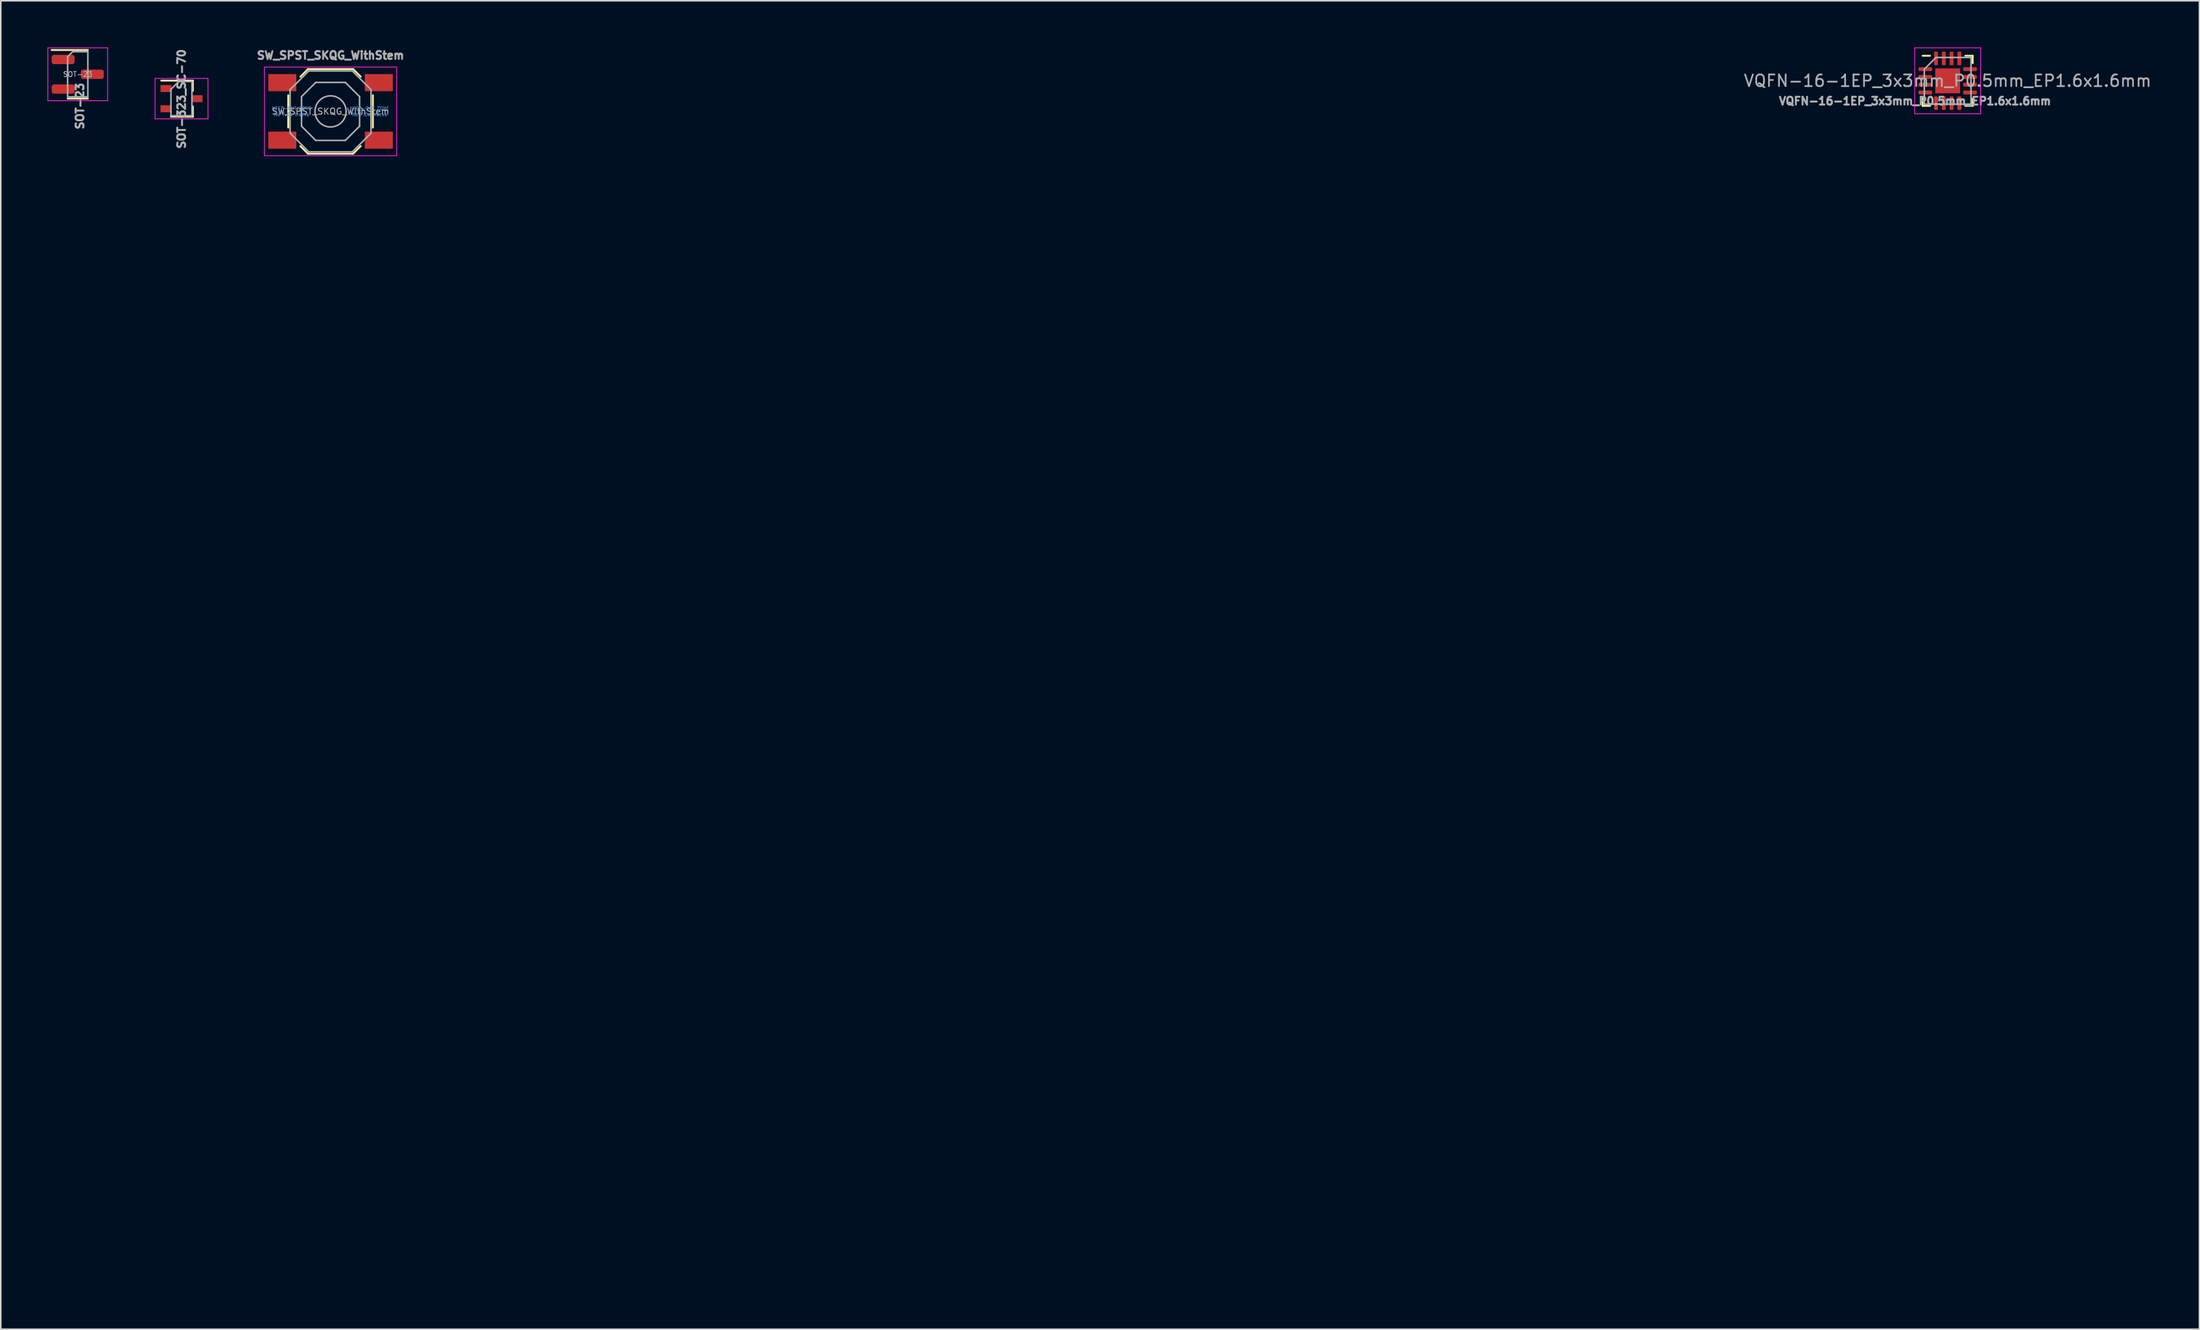
<source format=kicad_pcb>
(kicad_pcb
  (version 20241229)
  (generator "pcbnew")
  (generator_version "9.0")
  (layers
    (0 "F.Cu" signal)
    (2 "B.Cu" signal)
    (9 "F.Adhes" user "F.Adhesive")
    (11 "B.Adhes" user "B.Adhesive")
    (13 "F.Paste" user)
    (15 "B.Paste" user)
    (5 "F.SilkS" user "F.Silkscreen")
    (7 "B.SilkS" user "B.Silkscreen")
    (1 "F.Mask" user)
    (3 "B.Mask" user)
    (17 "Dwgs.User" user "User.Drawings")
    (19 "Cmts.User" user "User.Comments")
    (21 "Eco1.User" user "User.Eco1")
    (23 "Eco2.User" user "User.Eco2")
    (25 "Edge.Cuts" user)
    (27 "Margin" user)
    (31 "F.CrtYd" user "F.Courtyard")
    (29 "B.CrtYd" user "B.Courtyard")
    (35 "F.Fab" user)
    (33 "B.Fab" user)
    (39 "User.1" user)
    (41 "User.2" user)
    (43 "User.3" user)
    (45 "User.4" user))
  (footprint "VQFN-16-1EP_3x3mm_P0.5mm_EP1.6x1.6mm"
    (layer "F.Cu")
    (at 122.111 2.145)
    (property "Reference" "VQFN-16-1EP_3x3mm_P0.5mm_EP1.6x1.6mm" (at -2.1 1.3 0) (layer "F.Fab") (effects (font (size 0.5 0.5) (thickness 0.15))))
    (attr smd)
    (fp_line (start -1.61 1.61) (end -1.61 1.135) (stroke (width 0.12) (type solid)) (layer "F.SilkS"))
    (fp_line (start -1.135 -1.61) (end -1.61 -1.61) (stroke (width 0.12) (type solid)) (layer "F.SilkS"))
    (fp_line (start -1.135 1.61) (end -1.61 1.61) (stroke (width 0.12) (type solid)) (layer "F.SilkS"))
    (fp_line (start 1.135 -1.61) (end 1.61 -1.61) (stroke (width 0.12) (type solid)) (layer "F.SilkS"))
    (fp_line (start 1.135 1.61) (end 1.61 1.61) (stroke (width 0.12) (type solid)) (layer "F.SilkS"))
    (fp_line (start 1.61 -1.61) (end 1.61 -1.135) (stroke (width 0.12) (type solid)) (layer "F.SilkS"))
    (fp_line (start 1.61 1.61) (end 1.61 1.135) (stroke (width 0.12) (type solid)) (layer "F.SilkS"))
    (fp_line (start -2.12 -2.12) (end -2.12 2.12) (stroke (width 0.05) (type solid)) (layer "F.CrtYd"))
    (fp_line (start -2.12 2.12) (end 2.12 2.12) (stroke (width 0.05) (type solid)) (layer "F.CrtYd"))
    (fp_line (start 2.12 -2.12) (end -2.12 -2.12) (stroke (width 0.05) (type solid)) (layer "F.CrtYd"))
    (fp_line (start 2.12 2.12) (end 2.12 -2.12) (stroke (width 0.05) (type solid)) (layer "F.CrtYd"))
    (fp_line (start -1.5 -0.75) (end -0.75 -1.5) (stroke (width 0.1) (type solid)) (layer "F.Fab"))
    (fp_line (start -1.5 1.5) (end -1.5 -0.75) (stroke (width 0.1) (type solid)) (layer "F.Fab"))
    (fp_line (start -0.75 -1.5) (end 1.5 -1.5) (stroke (width 0.1) (type solid)) (layer "F.Fab"))
    (fp_line (start 1.5 -1.5) (end 1.5 1.5) (stroke (width 0.1) (type solid)) (layer "F.Fab"))
    (fp_line (start 1.5 1.5) (end -1.5 1.5) (stroke (width 0.1) (type solid)) (layer "F.Fab"))
    (fp_text user "${REFERENCE}" (at 0 0 0) (layer "F.Fab") (effects (font (size 0.75 0.75) (thickness 0.11))))
    (pad "" smd roundrect (at -0.4 -0.4) (size 0.64 0.64) (layers "F.Paste") (roundrect_rratio 0.25))
    (pad "" smd roundrect (at -0.4 0.4) (size 0.64 0.64) (layers "F.Paste") (roundrect_rratio 0.25))
    (pad "" smd roundrect (at 0.4 -0.4) (size 0.64 0.64) (layers "F.Paste") (roundrect_rratio 0.25))
    (pad "" smd roundrect (at 0.4 0.4) (size 0.64 0.64) (layers "F.Paste") (roundrect_rratio 0.25))
    (pad "1" smd roundrect (at -1.438 -0.75) (size 0.875 0.25) (layers "F.Cu" "F.Mask" "F.Paste") (roundrect_rratio 0.25))
    (pad "2" smd roundrect (at -1.438 -0.25) (size 0.875 0.25) (layers "F.Cu" "F.Mask" "F.Paste") (roundrect_rratio 0.25))
    (pad "3" smd roundrect (at -1.438 0.25) (size 0.875 0.25) (layers "F.Cu" "F.Mask" "F.Paste") (roundrect_rratio 0.25))
    (pad "4" smd roundrect (at -1.438 0.75) (size 0.875 0.25) (layers "F.Cu" "F.Mask" "F.Paste") (roundrect_rratio 0.25))
    (pad "5" smd roundrect (at -0.75 1.438) (size 0.25 0.875) (layers "F.Cu" "F.Mask" "F.Paste") (roundrect_rratio 0.25))
    (pad "6" smd roundrect (at -0.25 1.438) (size 0.25 0.875) (layers "F.Cu" "F.Mask" "F.Paste") (roundrect_rratio 0.25))
    (pad "7" smd roundrect (at 0.25 1.438) (size 0.25 0.875) (layers "F.Cu" "F.Mask" "F.Paste") (roundrect_rratio 0.25))
    (pad "8" smd roundrect (at 0.75 1.438) (size 0.25 0.875) (layers "F.Cu" "F.Mask" "F.Paste") (roundrect_rratio 0.25))
    (pad "9" smd roundrect (at 1.438 0.75) (size 0.875 0.25) (layers "F.Cu" "F.Mask" "F.Paste") (roundrect_rratio 0.25))
    (pad "10" smd roundrect (at 1.438 0.25) (size 0.875 0.25) (layers "F.Cu" "F.Mask" "F.Paste") (roundrect_rratio 0.25))
    (pad "11" smd roundrect (at 1.438 -0.25) (size 0.875 0.25) (layers "F.Cu" "F.Mask" "F.Paste") (roundrect_rratio 0.25))
    (pad "12" smd roundrect (at 1.438 -0.75) (size 0.875 0.25) (layers "F.Cu" "F.Mask" "F.Paste") (roundrect_rratio 0.25))
    (pad "13" smd roundrect (at 0.75 -1.438) (size 0.25 0.875) (layers "F.Cu" "F.Mask" "F.Paste") (roundrect_rratio 0.25))
    (pad "14" smd roundrect (at 0.25 -1.438) (size 0.25 0.875) (layers "F.Cu" "F.Mask" "F.Paste") (roundrect_rratio 0.25))
    (pad "15" smd roundrect (at -0.25 -1.438) (size 0.25 0.875) (layers "F.Cu" "F.Mask" "F.Paste") (roundrect_rratio 0.25))
    (pad "16" smd roundrect (at -0.75 -1.438) (size 0.25 0.875) (layers "F.Cu" "F.Mask" "F.Paste") (roundrect_rratio 0.25))
    (pad "17" smd rect (at 0 0) (size 1.6 1.6) (layers "F.Cu" "F.Mask")))
  (footprint "SOT-323_SC-70"
    (layer "F.Cu")
    (at 8.615 3.292)
    (property "Reference" "SOT-323_SC-70" (at -0.001 0.024 270) (layer "F.Fab") (effects (font (size 0.5 0.5) (thickness 0.15))))
    (attr smd)
    (fp_line (start -0.68 1.16) (end 0.73 1.16) (stroke (width 0.12) (type solid)) (layer "F.SilkS"))
    (fp_line (start 0.73 -1.16) (end -1.3 -1.16) (stroke (width 0.12) (type solid)) (layer "F.SilkS"))
    (fp_line (start 0.73 -1.16) (end 0.73 -0.5) (stroke (width 0.12) (type solid)) (layer "F.SilkS"))
    (fp_line (start 0.73 0.5) (end 0.73 1.16) (stroke (width 0.12) (type solid)) (layer "F.SilkS"))
    (fp_line (start -1.7 -1.3) (end 1.7 -1.3) (stroke (width 0.05) (type solid)) (layer "F.CrtYd"))
    (fp_line (start -1.7 1.3) (end -1.7 -1.3) (stroke (width 0.05) (type solid)) (layer "F.CrtYd"))
    (fp_line (start 1.7 -1.3) (end 1.7 1.3) (stroke (width 0.05) (type solid)) (layer "F.CrtYd"))
    (fp_line (start 1.7 1.3) (end -1.7 1.3) (stroke (width 0.05) (type solid)) (layer "F.CrtYd"))
    (fp_line (start -0.68 -0.6) (end -0.68 1.1) (stroke (width 0.1) (type solid)) (layer "F.Fab"))
    (fp_line (start -0.18 -1.1) (end -0.68 -0.6) (stroke (width 0.1) (type solid)) (layer "F.Fab"))
    (fp_line (start 0.67 -1.1) (end -0.18 -1.1) (stroke (width 0.1) (type solid)) (layer "F.Fab"))
    (fp_line (start 0.67 -1.1) (end 0.67 1.1) (stroke (width 0.1) (type solid)) (layer "F.Fab"))
    (fp_line (start 0.67 1.1) (end -0.68 1.1) (stroke (width 0.1) (type solid)) (layer "F.Fab"))
    (fp_text user "${REFERENCE}" (at 0 0 90) (layer "F.Fab") (effects (font (size 0.5 0.5) (thickness 0.075))))
    (pad "1" smd rect (at -1 -0.65 270) (size 0.45 0.7) (layers "F.Cu" "F.Mask" "F.Paste"))
    (pad "2" smd rect (at -1 0.65 270) (size 0.45 0.7) (layers "F.Cu" "F.Mask" "F.Paste"))
    (pad "3" smd rect (at 1 0 270) (size 0.45 0.7) (layers "F.Cu" "F.Mask" "F.Paste")))
  (footprint "SW_SPST_SKQG_WithStem"
    (layer "F.Cu")
    (at 18.192 4.112)
    (property "Reference" "SW_SPST_SKQG_WithStem" (at 0 -3.6 0) (layer "F.Fab") (effects (font (size 0.5 0.5) (thickness 0.15))))
    (attr smd)
    (fp_line (start -2.72 1.04) (end -2.72 -1.04) (stroke (width 0.12) (type solid)) (layer "F.SilkS"))
    (fp_line (start -1.45 -2.72) (end -1.94 -2.23) (stroke (width 0.12) (type solid)) (layer "F.SilkS"))
    (fp_line (start -1.45 -2.72) (end 1.45 -2.72) (stroke (width 0.12) (type solid)) (layer "F.SilkS"))
    (fp_line (start -1.45 2.72) (end -1.94 2.23) (stroke (width 0.12) (type solid)) (layer "F.SilkS"))
    (fp_line (start -1.45 2.72) (end 1.45 2.72) (stroke (width 0.12) (type solid)) (layer "F.SilkS"))
    (fp_line (start 1.45 -2.72) (end 1.94 -2.23) (stroke (width 0.12) (type solid)) (layer "F.SilkS"))
    (fp_line (start 1.45 2.72) (end 1.94 2.23) (stroke (width 0.12) (type solid)) (layer "F.SilkS"))
    (fp_line (start 2.72 1.04) (end 2.72 -1.04) (stroke (width 0.12) (type solid)) (layer "F.SilkS"))
    (fp_line (start -4.25 -2.85) (end -4.25 2.85) (stroke (width 0.05) (type solid)) (layer "F.CrtYd"))
    (fp_line (start -4.25 2.85) (end 4.25 2.85) (stroke (width 0.05) (type solid)) (layer "F.CrtYd"))
    (fp_line (start 4.25 -2.85) (end -4.25 -2.85) (stroke (width 0.05) (type solid)) (layer "F.CrtYd"))
    (fp_line (start 4.25 2.85) (end 4.25 -2.85) (stroke (width 0.05) (type solid)) (layer "F.CrtYd"))
    (fp_line (start -2.6 -1.4) (end -1.4 -2.6) (stroke (width 0.1) (type solid)) (layer "F.Fab"))
    (fp_line (start -2.6 1.4) (end -2.6 -1.4) (stroke (width 0.1) (type solid)) (layer "F.Fab"))
    (fp_line (start -1.865 0.95) (end -1.865 -0.95) (stroke (width 0.1) (type solid)) (layer "F.Fab"))
    (fp_line (start -1.4 -2.6) (end 1.4 -2.6) (stroke (width 0.1) (type solid)) (layer "F.Fab"))
    (fp_line (start -1.4 2.6) (end -2.6 1.4) (stroke (width 0.1) (type solid)) (layer "F.Fab"))
    (fp_line (start -0.95 -1.865) (end -1.865 -0.95) (stroke (width 0.1) (type solid)) (layer "F.Fab"))
    (fp_line (start -0.95 -1.865) (end 0.95 -1.865) (stroke (width 0.1) (type solid)) (layer "F.Fab"))
    (fp_line (start -0.95 1.865) (end -1.865 0.95) (stroke (width 0.1) (type solid)) (layer "F.Fab"))
    (fp_line (start 0.95 -1.865) (end 1.865 -0.95) (stroke (width 0.1) (type solid)) (layer "F.Fab"))
    (fp_line (start 0.95 1.865) (end -0.95 1.865) (stroke (width 0.1) (type solid)) (layer "F.Fab"))
    (fp_line (start 0.95 1.865) (end 1.865 0.95) (stroke (width 0.1) (type solid)) (layer "F.Fab"))
    (fp_line (start 1.4 -2.6) (end 2.6 -1.4) (stroke (width 0.1) (type solid)) (layer "F.Fab"))
    (fp_line (start 1.4 2.6) (end -1.4 2.6) (stroke (width 0.1) (type solid)) (layer "F.Fab"))
    (fp_line (start 1.865 -0.95) (end 1.865 0.95) (stroke (width 0.1) (type solid)) (layer "F.Fab"))
    (fp_line (start 2.6 -1.4) (end 2.6 1.4) (stroke (width 0.1) (type solid)) (layer "F.Fab"))
    (fp_line (start 2.6 1.4) (end 1.4 2.6) (stroke (width 0.1) (type solid)) (layer "F.Fab"))
    (fp_circle (center 0 0) (end 1 0) (stroke (width 0.1) (type solid)) (fill no) (layer "F.Fab"))
    (fp_text user "No F.Cu tracks" (at 2.5 0.2 0) (layer "Cmts.User") (effects (font (size 0.2 0.2) (thickness 0.03))))
    (fp_text user "KEEP-OUT ZONE" (at -2.5 -0.2 0) (layer "Cmts.User") (effects (font (size 0.2 0.2) (thickness 0.03))))
    (fp_text user "KEEP-OUT ZONE" (at 2.5 -0.2 0) (layer "Cmts.User") (effects (font (size 0.2 0.2) (thickness 0.03))))
    (fp_text user "No F.Cu tracks" (at -2.5 0.2 0) (layer "Cmts.User") (effects (font (size 0.2 0.2) (thickness 0.03))))
    (fp_text user "${REFERENCE}" (at 0 0 0) (layer "F.Fab") (effects (font (size 0.4 0.4) (thickness 0.06))))
    (pad "1" smd rect (at -3.1 -1.85) (size 1.8 1.1) (layers "F.Cu" "F.Mask" "F.Paste"))
    (pad "1" smd rect (at 3.1 -1.85) (size 1.8 1.1) (layers "F.Cu" "F.Mask" "F.Paste"))
    (pad "2" smd rect (at -3.1 1.85) (size 1.8 1.1) (layers "F.Cu" "F.Mask" "F.Paste"))
    (pad "2" smd rect (at 3.1 1.85) (size 1.8 1.1) (layers "F.Cu" "F.Mask" "F.Paste"))
    (zone (net_name "") (layer "F.Cu") (hatch full 0.508) (connect_pads) (min_thickness 0.254) (filled_areas_thickness no) (keepout (tracks not_allowed) (vias not_allowed) (pads not_allowed) (copperpour not_allowed) (footprints not_allowed)) (placement (enabled no)) (fill) (polygon (pts (xy 97.932 76.802) (xy 100.932 76.802) (xy 100.932 79.402) (xy 97.932 79.402))))
    (zone (net_name "") (layer "F.Cu") (hatch full 0.508) (connect_pads) (min_thickness 0.254) (filled_areas_thickness no) (keepout (tracks not_allowed) (vias not_allowed) (pads not_allowed) (copperpour not_allowed) (footprints not_allowed)) (placement (enabled no)) (fill) (polygon (pts (xy 102.932 76.802) (xy 105.932 76.802) (xy 105.932 79.402) (xy 102.932 79.402)))))
  (footprint "SOT-23"
    (layer "F.Cu")
    (at 1.945 1.725)
    (property "Reference" "SOT-23" (at 0.142 2.05 270) (layer "F.Fab") (effects (font (size 0.5 0.5) (thickness 0.15))))
    (attr smd)
    (fp_line (start 0 -1.56) (end -1.675 -1.56) (stroke (width 0.12) (type solid)) (layer "F.SilkS"))
    (fp_line (start 0 -1.56) (end 0.65 -1.56) (stroke (width 0.12) (type solid)) (layer "F.SilkS"))
    (fp_line (start 0 1.56) (end -0.65 1.56) (stroke (width 0.12) (type solid)) (layer "F.SilkS"))
    (fp_line (start 0 1.56) (end 0.65 1.56) (stroke (width 0.12) (type solid)) (layer "F.SilkS"))
    (fp_line (start -1.92 -1.7) (end -1.92 1.7) (stroke (width 0.05) (type solid)) (layer "F.CrtYd"))
    (fp_line (start -1.92 1.7) (end 1.92 1.7) (stroke (width 0.05) (type solid)) (layer "F.CrtYd"))
    (fp_line (start 1.92 -1.7) (end -1.92 -1.7) (stroke (width 0.05) (type solid)) (layer "F.CrtYd"))
    (fp_line (start 1.92 1.7) (end 1.92 -1.7) (stroke (width 0.05) (type solid)) (layer "F.CrtYd"))
    (fp_line (start -0.65 -1.125) (end -0.325 -1.45) (stroke (width 0.1) (type solid)) (layer "F.Fab"))
    (fp_line (start -0.65 1.45) (end -0.65 -1.125) (stroke (width 0.1) (type solid)) (layer "F.Fab"))
    (fp_line (start -0.325 -1.45) (end 0.65 -1.45) (stroke (width 0.1) (type solid)) (layer "F.Fab"))
    (fp_line (start 0.65 -1.45) (end 0.65 1.45) (stroke (width 0.1) (type solid)) (layer "F.Fab"))
    (fp_line (start 0.65 1.45) (end -0.65 1.45) (stroke (width 0.1) (type solid)) (layer "F.Fab"))
    (fp_text user "${REFERENCE}" (at 0 0 180) (layer "F.Fab") (effects (font (size 0.32 0.32) (thickness 0.05))))
    (pad "1" smd roundrect (at -0.938 -0.95) (size 1.475 0.6) (layers "F.Cu" "F.Mask" "F.Paste") (roundrect_rratio 0.25))
    (pad "2" smd roundrect (at -0.938 0.95) (size 1.475 0.6) (layers "F.Cu" "F.Mask" "F.Paste") (roundrect_rratio 0.25))
    (pad "3" smd roundrect (at 0.938 0) (size 1.475 0.6) (layers "F.Cu" "F.Mask" "F.Paste") (roundrect_rratio 0.25)))
  (gr_rect
    (start -3 -3)
    (end 138.29 82.402)
    (stroke (width 0.1) (type default))
    (fill no)
    (layer "Edge.Cuts")))
</source>
